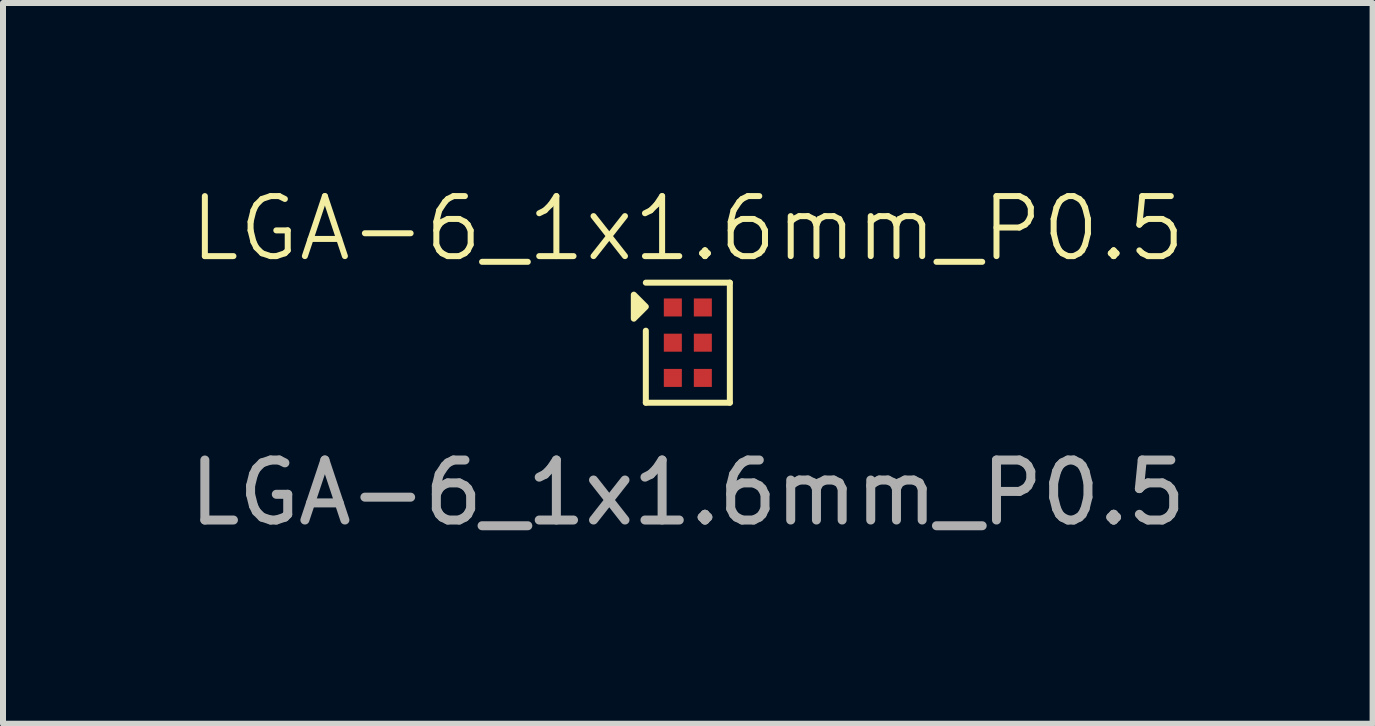
<source format=kicad_pcb>
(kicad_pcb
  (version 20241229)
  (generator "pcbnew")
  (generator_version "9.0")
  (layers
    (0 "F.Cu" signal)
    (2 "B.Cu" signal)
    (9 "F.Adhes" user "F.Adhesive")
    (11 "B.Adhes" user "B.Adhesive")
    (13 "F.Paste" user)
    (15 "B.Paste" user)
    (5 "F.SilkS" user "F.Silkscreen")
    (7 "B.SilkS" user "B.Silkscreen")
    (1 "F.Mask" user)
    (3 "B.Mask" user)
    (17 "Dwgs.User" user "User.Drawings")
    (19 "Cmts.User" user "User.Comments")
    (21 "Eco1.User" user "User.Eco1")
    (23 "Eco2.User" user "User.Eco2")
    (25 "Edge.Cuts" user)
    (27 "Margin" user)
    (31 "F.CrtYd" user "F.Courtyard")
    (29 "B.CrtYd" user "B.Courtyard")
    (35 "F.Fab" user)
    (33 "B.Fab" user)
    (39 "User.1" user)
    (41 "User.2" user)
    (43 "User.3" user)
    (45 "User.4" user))
  (footprint "LGA-6_1x1.6mm_P0.5"
    (layer "F.Cu")
    (at 8.411 2.66)
    (property "Reference" "LGA-6_1x1.6mm_P0.5" (at 0 -1.9 0) (unlocked yes) (layer "F.SilkS") (effects (font (size 1 1) (thickness 0.1))))
    (attr smd)
    (fp_line (start -0.7 -1) (end 0.7 -1) (stroke (width 0.1) (type default)) (layer "F.SilkS"))
    (fp_line (start -0.7 1) (end -0.7 -0.2) (stroke (width 0.1) (type default)) (layer "F.SilkS"))
    (fp_line (start 0.7 -1) (end 0.7 1) (stroke (width 0.1) (type default)) (layer "F.SilkS"))
    (fp_line (start 0.7 1) (end -0.7 1) (stroke (width 0.1) (type default)) (layer "F.SilkS"))
    (fp_poly (pts (xy -0.7 -0.6) (xy -0.9 -0.8) (xy -0.9 -0.4)) (stroke (width 0.1) (type solid)) (fill yes) (layer "F.SilkS"))
    (fp_rect (start -0.65 -1) (end 0.65 1) (stroke (width 0.1) (type default)) (fill no) (layer "Margin"))
    (fp_text user "${REFERENCE}" (at 0 2.5 0) (unlocked yes) (layer "F.Fab") (effects (font (size 1 1) (thickness 0.15))))
    (pad "A1" smd rect (at -0.25 -0.587) (size 0.3 0.3) (layers "F.Cu" "F.Mask" "F.Paste"))
    (pad "A2" smd rect (at -0.25 0) (size 0.3 0.3) (layers "F.Cu" "F.Mask" "F.Paste"))
    (pad "A3" smd rect (at -0.25 0.587) (size 0.3 0.3) (layers "F.Cu" "F.Mask" "F.Paste"))
    (pad "B1" smd rect (at 0.25 -0.587) (size 0.3 0.3) (layers "F.Cu" "F.Mask" "F.Paste"))
    (pad "B2" smd rect (at 0.25 0 90) (size 0.3 0.3) (layers "F.Cu" "F.Mask" "F.Paste"))
    (pad "B3" smd rect (at 0.25 0.587) (size 0.3 0.3) (layers "F.Cu" "F.Mask" "F.Paste")))
  (gr_rect
    (start -3 -3)
    (end 19.821 9.009)
    (stroke (width 0.1) (type default))
    (fill no)
    (layer "Edge.Cuts")))
</source>
